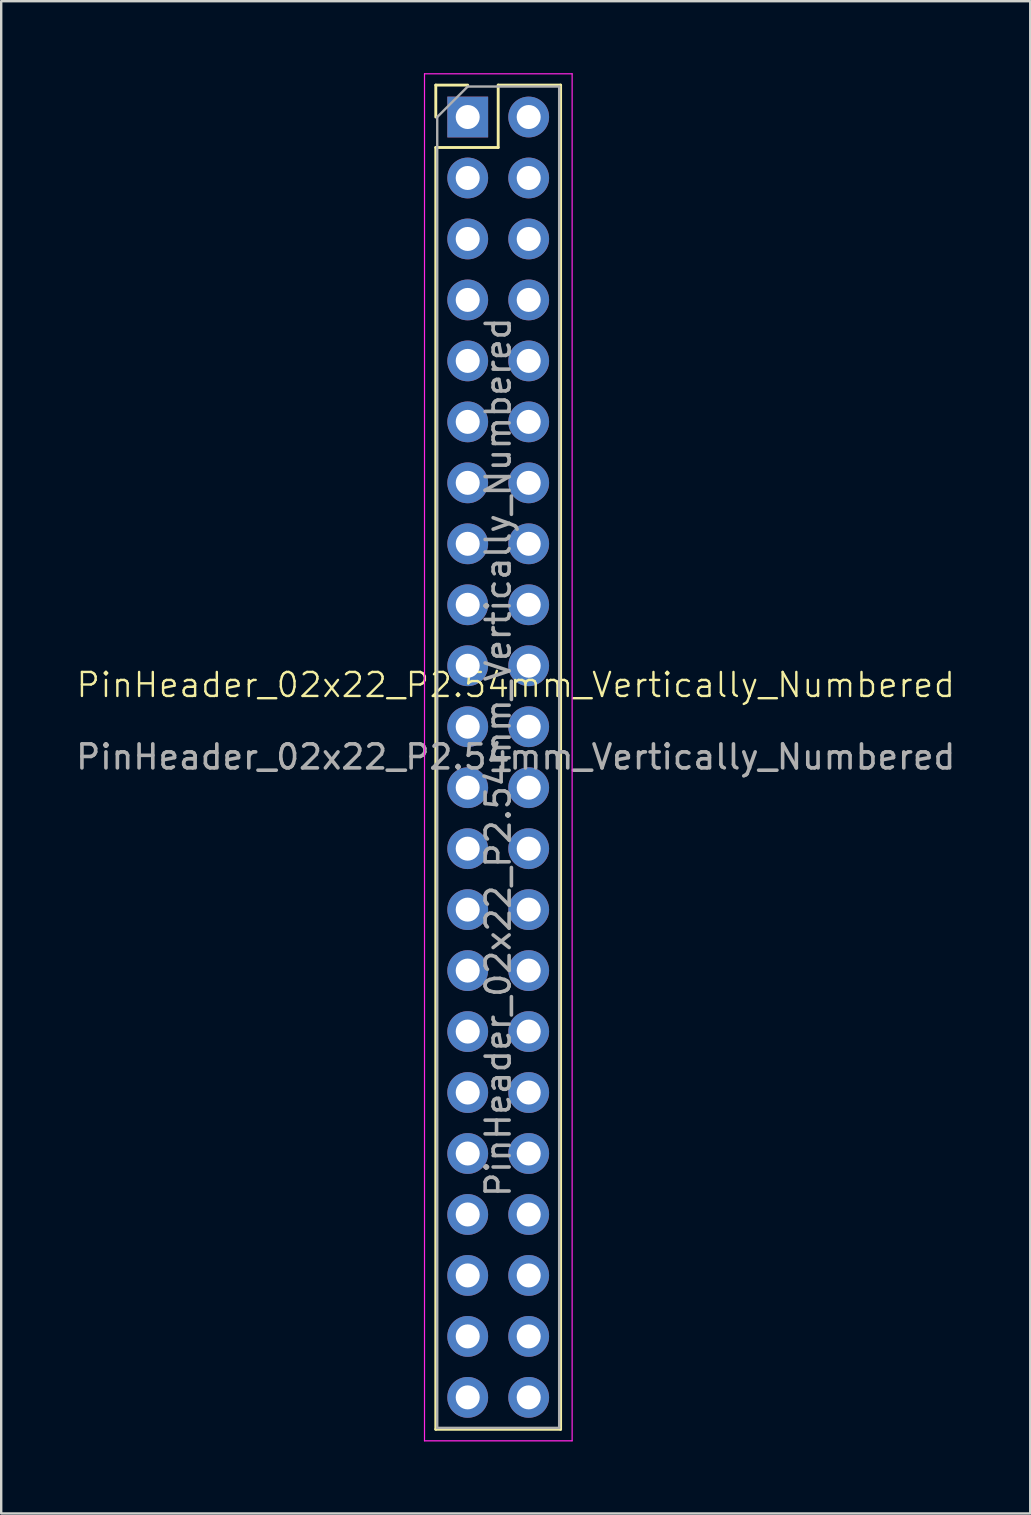
<source format=kicad_pcb>
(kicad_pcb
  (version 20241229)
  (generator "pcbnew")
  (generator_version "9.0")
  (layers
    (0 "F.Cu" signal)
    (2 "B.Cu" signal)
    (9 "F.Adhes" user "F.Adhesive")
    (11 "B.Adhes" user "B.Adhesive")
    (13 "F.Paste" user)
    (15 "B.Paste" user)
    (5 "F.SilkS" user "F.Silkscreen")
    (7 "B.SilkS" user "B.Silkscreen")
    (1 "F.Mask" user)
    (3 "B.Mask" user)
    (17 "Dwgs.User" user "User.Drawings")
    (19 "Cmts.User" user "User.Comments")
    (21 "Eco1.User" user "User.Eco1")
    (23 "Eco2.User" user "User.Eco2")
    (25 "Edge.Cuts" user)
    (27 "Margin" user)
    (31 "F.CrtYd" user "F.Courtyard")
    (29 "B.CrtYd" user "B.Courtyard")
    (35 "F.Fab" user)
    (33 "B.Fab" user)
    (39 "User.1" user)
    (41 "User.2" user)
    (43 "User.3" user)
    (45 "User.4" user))
  (footprint "PinHeader_02x22_P2.54mm_Vertically_Numbered"
    (layer "F.Cu")
    (at 18.435 25.985)
    (property "Reference" "PinHeader_02x22_P2.54mm_Vertically_Numbered" (at 0 -0.5 0) (unlocked yes) (layer "F.SilkS") (effects (font (size 1 1) (thickness 0.1))))
    (attr through_hole)
    (fp_line (start -3.33 -25.49) (end -2 -25.49) (stroke (width 0.12) (type solid)) (layer "F.SilkS"))
    (fp_line (start -3.33 -24.16) (end -3.33 -25.49) (stroke (width 0.12) (type solid)) (layer "F.SilkS"))
    (fp_line (start -3.33 -22.89) (end -3.33 30.51) (stroke (width 0.12) (type solid)) (layer "F.SilkS"))
    (fp_line (start -3.33 -22.89) (end -0.73 -22.89) (stroke (width 0.12) (type solid)) (layer "F.SilkS"))
    (fp_line (start -3.33 30.51) (end 1.87 30.51) (stroke (width 0.12) (type solid)) (layer "F.SilkS"))
    (fp_line (start -0.73 -25.49) (end 1.87 -25.49) (stroke (width 0.12) (type solid)) (layer "F.SilkS"))
    (fp_line (start -0.73 -22.89) (end -0.73 -25.49) (stroke (width 0.12) (type solid)) (layer "F.SilkS"))
    (fp_line (start 1.87 -25.49) (end 1.87 30.51) (stroke (width 0.12) (type solid)) (layer "F.SilkS"))
    (fp_line (start -3.8 -25.96) (end -3.8 30.99) (stroke (width 0.05) (type solid)) (layer "F.CrtYd"))
    (fp_line (start -3.8 30.99) (end 2.35 30.99) (stroke (width 0.05) (type solid)) (layer "F.CrtYd"))
    (fp_line (start 2.35 -25.96) (end -3.8 -25.96) (stroke (width 0.05) (type solid)) (layer "F.CrtYd"))
    (fp_line (start 2.35 30.99) (end 2.35 -25.96) (stroke (width 0.05) (type solid)) (layer "F.CrtYd"))
    (fp_line (start -3.27 -24.16) (end -2 -25.43) (stroke (width 0.1) (type solid)) (layer "F.Fab"))
    (fp_line (start -3.27 30.45) (end -3.27 -24.16) (stroke (width 0.1) (type solid)) (layer "F.Fab"))
    (fp_line (start -2 -25.43) (end 1.81 -25.43) (stroke (width 0.1) (type solid)) (layer "F.Fab"))
    (fp_line (start 1.81 -25.43) (end 1.81 30.45) (stroke (width 0.1) (type solid)) (layer "F.Fab"))
    (fp_line (start 1.81 30.45) (end -3.27 30.45) (stroke (width 0.1) (type solid)) (layer "F.Fab"))
    (fp_text user "${REFERENCE}" (at 0 2.5 0) (unlocked yes) (layer "F.Fab") (effects (font (size 1 1) (thickness 0.15))))
    (fp_text user "${REFERENCE}" (at -0.73 2.51 90) (layer "F.Fab") (effects (font (size 1 1) (thickness 0.15))))
    (pad "1" thru_hole rect (at -2 -24.16) (size 1.7 1.7) (drill 1) (layers "*.Cu" "*.Mask"))
    (pad "2" thru_hole oval (at -2 -21.62) (size 1.7 1.7) (drill 1) (layers "*.Cu" "*.Mask"))
    (pad "3" thru_hole oval (at -2 -19.08) (size 1.7 1.7) (drill 1) (layers "*.Cu" "*.Mask"))
    (pad "4" thru_hole oval (at -2 -16.54) (size 1.7 1.7) (drill 1) (layers "*.Cu" "*.Mask"))
    (pad "5" thru_hole oval (at -2 -14) (size 1.7 1.7) (drill 1) (layers "*.Cu" "*.Mask"))
    (pad "6" thru_hole oval (at -2 -11.46) (size 1.7 1.7) (drill 1) (layers "*.Cu" "*.Mask"))
    (pad "7" thru_hole oval (at -2 -8.92) (size 1.7 1.7) (drill 1) (layers "*.Cu" "*.Mask"))
    (pad "8" thru_hole oval (at -2 -6.38) (size 1.7 1.7) (drill 1) (layers "*.Cu" "*.Mask"))
    (pad "9" thru_hole oval (at -2 -3.84) (size 1.7 1.7) (drill 1) (layers "*.Cu" "*.Mask"))
    (pad "10" thru_hole oval (at -2 -1.3) (size 1.7 1.7) (drill 1) (layers "*.Cu" "*.Mask"))
    (pad "11" thru_hole oval (at -2 1.24) (size 1.7 1.7) (drill 1) (layers "*.Cu" "*.Mask"))
    (pad "12" thru_hole oval (at -2 3.78) (size 1.7 1.7) (drill 1) (layers "*.Cu" "*.Mask"))
    (pad "13" thru_hole oval (at -2 6.32) (size 1.7 1.7) (drill 1) (layers "*.Cu" "*.Mask"))
    (pad "14" thru_hole oval (at -2 8.86) (size 1.7 1.7) (drill 1) (layers "*.Cu" "*.Mask"))
    (pad "15" thru_hole oval (at -2 11.4) (size 1.7 1.7) (drill 1) (layers "*.Cu" "*.Mask"))
    (pad "16" thru_hole oval (at -2 13.94) (size 1.7 1.7) (drill 1) (layers "*.Cu" "*.Mask"))
    (pad "17" thru_hole oval (at -2 16.48) (size 1.7 1.7) (drill 1) (layers "*.Cu" "*.Mask"))
    (pad "18" thru_hole oval (at -2 19.02) (size 1.7 1.7) (drill 1) (layers "*.Cu" "*.Mask"))
    (pad "19" thru_hole oval (at -2 21.56) (size 1.7 1.7) (drill 1) (layers "*.Cu" "*.Mask"))
    (pad "20" thru_hole oval (at -2 24.1) (size 1.7 1.7) (drill 1) (layers "*.Cu" "*.Mask"))
    (pad "21" thru_hole oval (at -2 26.64) (size 1.7 1.7) (drill 1) (layers "*.Cu" "*.Mask"))
    (pad "22" thru_hole oval (at -2 29.18) (size 1.7 1.7) (drill 1) (layers "*.Cu" "*.Mask"))
    (pad "23" thru_hole oval (at 0.54 -24.16) (size 1.7 1.7) (drill 1) (layers "*.Cu" "*.Mask"))
    (pad "24" thru_hole oval (at 0.54 -21.62) (size 1.7 1.7) (drill 1) (layers "*.Cu" "*.Mask"))
    (pad "25" thru_hole oval (at 0.54 -19.08) (size 1.7 1.7) (drill 1) (layers "*.Cu" "*.Mask"))
    (pad "26" thru_hole oval (at 0.54 -16.54) (size 1.7 1.7) (drill 1) (layers "*.Cu" "*.Mask"))
    (pad "27" thru_hole oval (at 0.54 -14) (size 1.7 1.7) (drill 1) (layers "*.Cu" "*.Mask"))
    (pad "28" thru_hole oval (at 0.54 -11.46) (size 1.7 1.7) (drill 1) (layers "*.Cu" "*.Mask"))
    (pad "29" thru_hole oval (at 0.54 -8.92) (size 1.7 1.7) (drill 1) (layers "*.Cu" "*.Mask"))
    (pad "30" thru_hole oval (at 0.54 -6.38) (size 1.7 1.7) (drill 1) (layers "*.Cu" "*.Mask"))
    (pad "31" thru_hole oval (at 0.54 -3.84) (size 1.7 1.7) (drill 1) (layers "*.Cu" "*.Mask"))
    (pad "32" thru_hole oval (at 0.54 -1.3) (size 1.7 1.7) (drill 1) (layers "*.Cu" "*.Mask"))
    (pad "33" thru_hole oval (at 0.54 1.24) (size 1.7 1.7) (drill 1) (layers "*.Cu" "*.Mask"))
    (pad "34" thru_hole oval (at 0.54 3.78) (size 1.7 1.7) (drill 1) (layers "*.Cu" "*.Mask"))
    (pad "35" thru_hole oval (at 0.54 6.32) (size 1.7 1.7) (drill 1) (layers "*.Cu" "*.Mask"))
    (pad "36" thru_hole oval (at 0.54 8.86) (size 1.7 1.7) (drill 1) (layers "*.Cu" "*.Mask"))
    (pad "37" thru_hole oval (at 0.54 11.4) (size 1.7 1.7) (drill 1) (layers "*.Cu" "*.Mask"))
    (pad "38" thru_hole oval (at 0.54 13.94) (size 1.7 1.7) (drill 1) (layers "*.Cu" "*.Mask"))
    (pad "39" thru_hole oval (at 0.54 16.48) (size 1.7 1.7) (drill 1) (layers "*.Cu" "*.Mask"))
    (pad "40" thru_hole oval (at 0.54 19.02) (size 1.7 1.7) (drill 1) (layers "*.Cu" "*.Mask"))
    (pad "41" thru_hole oval (at 0.54 21.56) (size 1.7 1.7) (drill 1) (layers "*.Cu" "*.Mask"))
    (pad "42" thru_hole oval (at 0.54 24.1) (size 1.7 1.7) (drill 1) (layers "*.Cu" "*.Mask"))
    (pad "43" thru_hole oval (at 0.54 26.64) (size 1.7 1.7) (drill 1) (layers "*.Cu" "*.Mask"))
    (pad "44" thru_hole oval (at 0.54 29.18) (size 1.7 1.7) (drill 1) (layers "*.Cu" "*.Mask")))
  (gr_rect
    (start -3 -3)
    (end 39.869 60)
    (stroke (width 0.1) (type default))
    (fill no)
    (layer "Edge.Cuts")))
</source>
